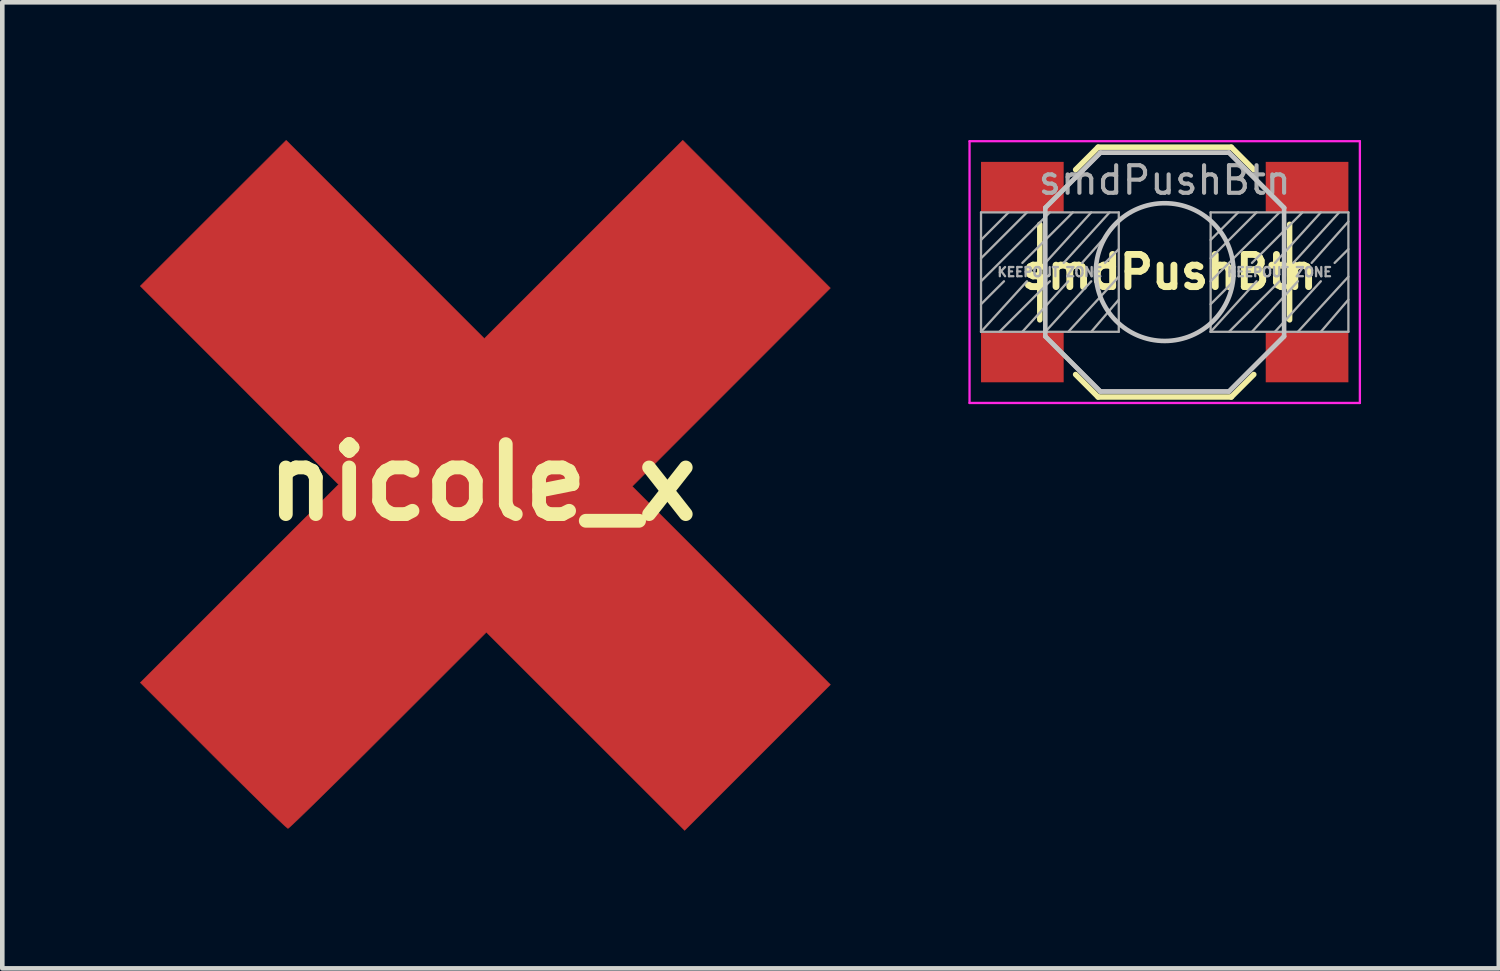
<source format=kicad_pcb>
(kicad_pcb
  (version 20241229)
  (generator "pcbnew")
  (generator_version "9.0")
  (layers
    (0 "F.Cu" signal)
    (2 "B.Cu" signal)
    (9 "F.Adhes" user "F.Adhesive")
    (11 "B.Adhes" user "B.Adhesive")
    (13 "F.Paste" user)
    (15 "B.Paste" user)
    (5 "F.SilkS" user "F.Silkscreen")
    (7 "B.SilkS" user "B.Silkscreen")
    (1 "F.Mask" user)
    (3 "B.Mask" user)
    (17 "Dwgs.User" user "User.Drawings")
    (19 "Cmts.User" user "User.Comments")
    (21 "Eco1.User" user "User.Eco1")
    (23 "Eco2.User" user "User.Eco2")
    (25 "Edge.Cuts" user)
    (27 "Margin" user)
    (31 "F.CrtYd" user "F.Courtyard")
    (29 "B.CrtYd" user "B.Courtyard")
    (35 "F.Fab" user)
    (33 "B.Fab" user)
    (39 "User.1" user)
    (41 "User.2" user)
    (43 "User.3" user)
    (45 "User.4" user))
  (footprint "smdPushBtn"
    (layer "F.Cu")
    (at 22.313 2.875)
    (property "Reference" "smdPushBtn" (at 0.1 0 0) (layer "F.SilkS") (effects (font (size 0.7 0.7) (thickness 0.15))))
    (attr smd)
    (fp_line (start -2.72 1.04) (end -2.72 -1.04) (stroke (width 0.12) (type solid)) (layer "F.SilkS"))
    (fp_line (start -1.45 -2.72) (end -1.94 -2.23) (stroke (width 0.12) (type solid)) (layer "F.SilkS"))
    (fp_line (start -1.45 -2.72) (end 1.45 -2.72) (stroke (width 0.12) (type solid)) (layer "F.SilkS"))
    (fp_line (start -1.45 2.72) (end -1.94 2.23) (stroke (width 0.12) (type solid)) (layer "F.SilkS"))
    (fp_line (start -1.45 2.72) (end 1.45 2.72) (stroke (width 0.12) (type solid)) (layer "F.SilkS"))
    (fp_line (start 1.45 -2.72) (end 1.94 -2.23) (stroke (width 0.12) (type solid)) (layer "F.SilkS"))
    (fp_line (start 1.45 2.72) (end 1.94 2.23) (stroke (width 0.12) (type solid)) (layer "F.SilkS"))
    (fp_line (start 2.72 1.04) (end 2.72 -1.04) (stroke (width 0.12) (type solid)) (layer "F.SilkS"))
    (fp_line (start -2.6 -1.4) (end -1.4 -2.6) (stroke (width 0.1) (type solid)) (layer "Dwgs.User"))
    (fp_line (start -2.6 1.4) (end -2.6 -1.4) (stroke (width 0.1) (type solid)) (layer "Dwgs.User"))
    (fp_line (start -1.4 -2.6) (end 1.4 -2.6) (stroke (width 0.1) (type solid)) (layer "Dwgs.User"))
    (fp_line (start -1.4 2.6) (end -2.6 1.4) (stroke (width 0.1) (type solid)) (layer "Dwgs.User"))
    (fp_line (start 1.4 -2.6) (end 2.6 -1.4) (stroke (width 0.1) (type solid)) (layer "Dwgs.User"))
    (fp_line (start 1.4 2.6) (end -1.4 2.6) (stroke (width 0.1) (type solid)) (layer "Dwgs.User"))
    (fp_line (start 2.6 -1.4) (end 2.6 1.4) (stroke (width 0.1) (type solid)) (layer "Dwgs.User"))
    (fp_line (start 2.6 1.4) (end 1.4 2.6) (stroke (width 0.1) (type solid)) (layer "Dwgs.User"))
    (fp_circle (center 0 0) (end 1.5 0) (stroke (width 0.1) (type solid)) (fill no) (layer "Dwgs.User"))
    (fp_line (start -4.25 -2.85) (end -4.25 2.85) (stroke (width 0.05) (type solid)) (layer "F.CrtYd"))
    (fp_line (start -4.25 2.85) (end 4.25 2.85) (stroke (width 0.05) (type solid)) (layer "F.CrtYd"))
    (fp_line (start 4.25 -2.85) (end -4.25 -2.85) (stroke (width 0.05) (type solid)) (layer "F.CrtYd"))
    (fp_line (start 4.25 2.85) (end 4.25 -2.85) (stroke (width 0.05) (type solid)) (layer "F.CrtYd"))
    (fp_line (start -4 -1.3) (end -1 -1.3) (stroke (width 0.05) (type solid)) (layer "F.Fab"))
    (fp_line (start -4 -0.7) (end -3.4 -1.3) (stroke (width 0.05) (type solid)) (layer "F.Fab"))
    (fp_line (start -4 -0.3) (end -3 -1.3) (stroke (width 0.05) (type solid)) (layer "F.Fab"))
    (fp_line (start -4 0.2) (end -2.5 -1.3) (stroke (width 0.05) (type solid)) (layer "F.Fab"))
    (fp_line (start -4 0.7) (end -3.5 0.2) (stroke (width 0.05) (type solid)) (layer "F.Fab"))
    (fp_line (start -4 1.3) (end -4 -1.3) (stroke (width 0.05) (type solid)) (layer "F.Fab"))
    (fp_line (start -4 1.3) (end -3 0.2) (stroke (width 0.05) (type solid)) (layer "F.Fab"))
    (fp_line (start -3.1 1.3) (end -2.1 0.2) (stroke (width 0.05) (type solid)) (layer "F.Fab"))
    (fp_line (start -2.6 -1.4) (end -1.4 -2.6) (stroke (width 0.1) (type solid)) (layer "F.Fab"))
    (fp_line (start -2.6 1.3) (end -1.6 0.2) (stroke (width 0.05) (type solid)) (layer "F.Fab"))
    (fp_line (start -2.5 0.2) (end -3.6 1.3) (stroke (width 0.05) (type solid)) (layer "F.Fab"))
    (fp_line (start -2.2 -0.2) (end -1.2 -1.3) (stroke (width 0.05) (type solid)) (layer "F.Fab"))
    (fp_line (start -2.1 1.3) (end -1 0.1) (stroke (width 0.05) (type solid)) (layer "F.Fab"))
    (fp_line (start -2 -1.3) (end -3.1 -0.2) (stroke (width 0.05) (type solid)) (layer "F.Fab"))
    (fp_line (start -1.6 -1.3) (end -2.6 -0.2) (stroke (width 0.05) (type solid)) (layer "F.Fab"))
    (fp_line (start -1.403 2.597) (end -2.603 1.397) (stroke (width 0.1) (type solid)) (layer "F.Fab"))
    (fp_line (start -1.4 -2.6) (end 1.4 -2.6) (stroke (width 0.1) (type solid)) (layer "F.Fab"))
    (fp_line (start -1 -1.3) (end -1 1.3) (stroke (width 0.05) (type solid)) (layer "F.Fab"))
    (fp_line (start -1 -1.1) (end -1.8 -0.2) (stroke (width 0.05) (type solid)) (layer "F.Fab"))
    (fp_line (start -1 -0.5) (end -1.3 -0.2) (stroke (width 0.05) (type solid)) (layer "F.Fab"))
    (fp_line (start -1 0.6) (end -1.6 1.3) (stroke (width 0.05) (type solid)) (layer "F.Fab"))
    (fp_line (start -1 1.3) (end -4 1.3) (stroke (width 0.05) (type solid)) (layer "F.Fab"))
    (fp_line (start 1 -1.3) (end 4 -1.3) (stroke (width 0.05) (type solid)) (layer "F.Fab"))
    (fp_line (start 1 -0.7) (end 1.6 -1.3) (stroke (width 0.05) (type solid)) (layer "F.Fab"))
    (fp_line (start 1 -0.3) (end 2 -1.3) (stroke (width 0.05) (type solid)) (layer "F.Fab"))
    (fp_line (start 1 0.2) (end 2.5 -1.3) (stroke (width 0.05) (type solid)) (layer "F.Fab"))
    (fp_line (start 1 0.7) (end 1.5 0.2) (stroke (width 0.05) (type solid)) (layer "F.Fab"))
    (fp_line (start 1 1.3) (end 1 -1.3) (stroke (width 0.05) (type solid)) (layer "F.Fab"))
    (fp_line (start 1 1.3) (end 2 0.2) (stroke (width 0.05) (type solid)) (layer "F.Fab"))
    (fp_line (start 1.4 -2.6) (end 2.6 -1.4) (stroke (width 0.1) (type solid)) (layer "F.Fab"))
    (fp_line (start 1.4 2.6) (end -1.4 2.6) (stroke (width 0.1) (type solid)) (layer "F.Fab"))
    (fp_line (start 1.9 1.3) (end 2.9 0.2) (stroke (width 0.05) (type solid)) (layer "F.Fab"))
    (fp_line (start 2.4 1.3) (end 3.4 0.2) (stroke (width 0.05) (type solid)) (layer "F.Fab"))
    (fp_line (start 2.5 0.2) (end 1.4 1.3) (stroke (width 0.05) (type solid)) (layer "F.Fab"))
    (fp_line (start 2.597 1.4) (end 1.397 2.6) (stroke (width 0.1) (type solid)) (layer "F.Fab"))
    (fp_line (start 2.8 -0.2) (end 3.8 -1.3) (stroke (width 0.05) (type solid)) (layer "F.Fab"))
    (fp_line (start 2.9 1.3) (end 4 0.1) (stroke (width 0.05) (type solid)) (layer "F.Fab"))
    (fp_line (start 3 -1.3) (end 1.9 -0.2) (stroke (width 0.05) (type solid)) (layer "F.Fab"))
    (fp_line (start 3.4 -1.3) (end 2.4 -0.2) (stroke (width 0.05) (type solid)) (layer "F.Fab"))
    (fp_line (start 4 -1.3) (end 4 1.3) (stroke (width 0.05) (type solid)) (layer "F.Fab"))
    (fp_line (start 4 -1.1) (end 3.2 -0.2) (stroke (width 0.05) (type solid)) (layer "F.Fab"))
    (fp_line (start 4 -0.5) (end 3.7 -0.2) (stroke (width 0.05) (type solid)) (layer "F.Fab"))
    (fp_line (start 4 0.6) (end 3.4 1.3) (stroke (width 0.05) (type solid)) (layer "F.Fab"))
    (fp_line (start 4 1.3) (end 1 1.3) (stroke (width 0.05) (type solid)) (layer "F.Fab"))
    (fp_text user "KEEPOUT ZONE" (at 2.5 0 0) (layer "F.Fab") (effects (font (size 0.2 0.2) (thickness 0.05))))
    (fp_text user "KEEPOUT ZONE" (at -2.5 0 0) (layer "F.Fab") (effects (font (size 0.2 0.2) (thickness 0.05))))
    (fp_text user "${REFERENCE}" (at 0 -2 0) (layer "F.Fab") (effects (font (size 0.6 0.6) (thickness 0.09))))
    (pad "1" smd rect (at -3.1 -1.85) (size 1.8 1.1) (layers "F.Cu" "F.Mask" "F.Paste"))
    (pad "1" smd rect (at 3.1 -1.85) (size 1.8 1.1) (layers "F.Cu" "F.Mask" "F.Paste"))
    (pad "2" smd rect (at -3.1 1.85) (size 1.8 1.1) (layers "F.Cu" "F.Mask" "F.Paste"))
    (pad "2" smd rect (at 3.1 1.85) (size 1.8 1.1) (layers "F.Cu" "F.Mask" "F.Paste")))
  (footprint "nicole_x"
    (layer "F.Cu")
    (at 7.456 7.456)
    (property "Reference" "nicole_x" (at 0 0 0) (layer "F.SilkS") (effects (font (size 1.524 1.524) (thickness 0.3))))
    (attr through_hole)
    (fp_poly (pts (xy 5.969 -5.842) (xy 7.576 -4.233) (xy 5.419 -2.074) (xy 3.261 0.085) (xy 7.577 4.403) (xy 5.99 5.99) (xy 4.403 7.577) (xy 0.085 3.261) (xy -2.054 5.398) (xy -2.548 5.891) (xy -3.004 6.344) (xy -3.409 6.743) (xy -3.748 7.075) (xy -4.008 7.327) (xy -4.175 7.485) (xy -4.235 7.535) (xy -4.304 7.478) (xy -4.476 7.316) (xy -4.735 7.065) (xy -5.065 6.741) (xy -5.451 6.359) (xy -5.864 5.947) (xy -7.45 4.359) (xy -5.292 2.201) (xy -3.133 0.044) (xy -5.292 -2.117) (xy -7.451 -4.277) (xy -5.863 -5.864) (xy -4.274 -7.45) (xy -2.117 -5.292) (xy 0.041 -3.133) (xy 2.201 -5.292) (xy 4.362 -7.451) (xy 5.969 -5.842)) (stroke (width 0.01) (type solid)) (fill yes) (layer "F.Cu"))
    (fp_poly (pts (xy 5.969 -5.842) (xy 7.576 -4.233) (xy 5.419 -2.074) (xy 3.261 0.085) (xy 7.577 4.403) (xy 5.99 5.99) (xy 4.403 7.577) (xy 0.085 3.261) (xy -2.054 5.398) (xy -2.548 5.891) (xy -3.004 6.344) (xy -3.409 6.743) (xy -3.748 7.075) (xy -4.008 7.327) (xy -4.175 7.485) (xy -4.235 7.535) (xy -4.304 7.478) (xy -4.476 7.316) (xy -4.735 7.065) (xy -5.065 6.741) (xy -5.451 6.359) (xy -5.864 5.947) (xy -7.45 4.359) (xy -5.292 2.201) (xy -3.133 0.044) (xy -5.292 -2.117) (xy -7.451 -4.277) (xy -5.863 -5.864) (xy -4.274 -7.45) (xy -2.117 -5.292) (xy 0.041 -3.133) (xy 2.201 -5.292) (xy 4.362 -7.451) (xy 5.969 -5.842)) (stroke (width 0.01) (type solid)) (fill yes) (layer "F.Mask")))
  (gr_rect
    (start -3 -3)
    (end 29.588 18.038)
    (stroke (width 0.1) (type default))
    (fill no)
    (layer "Edge.Cuts")))
</source>
